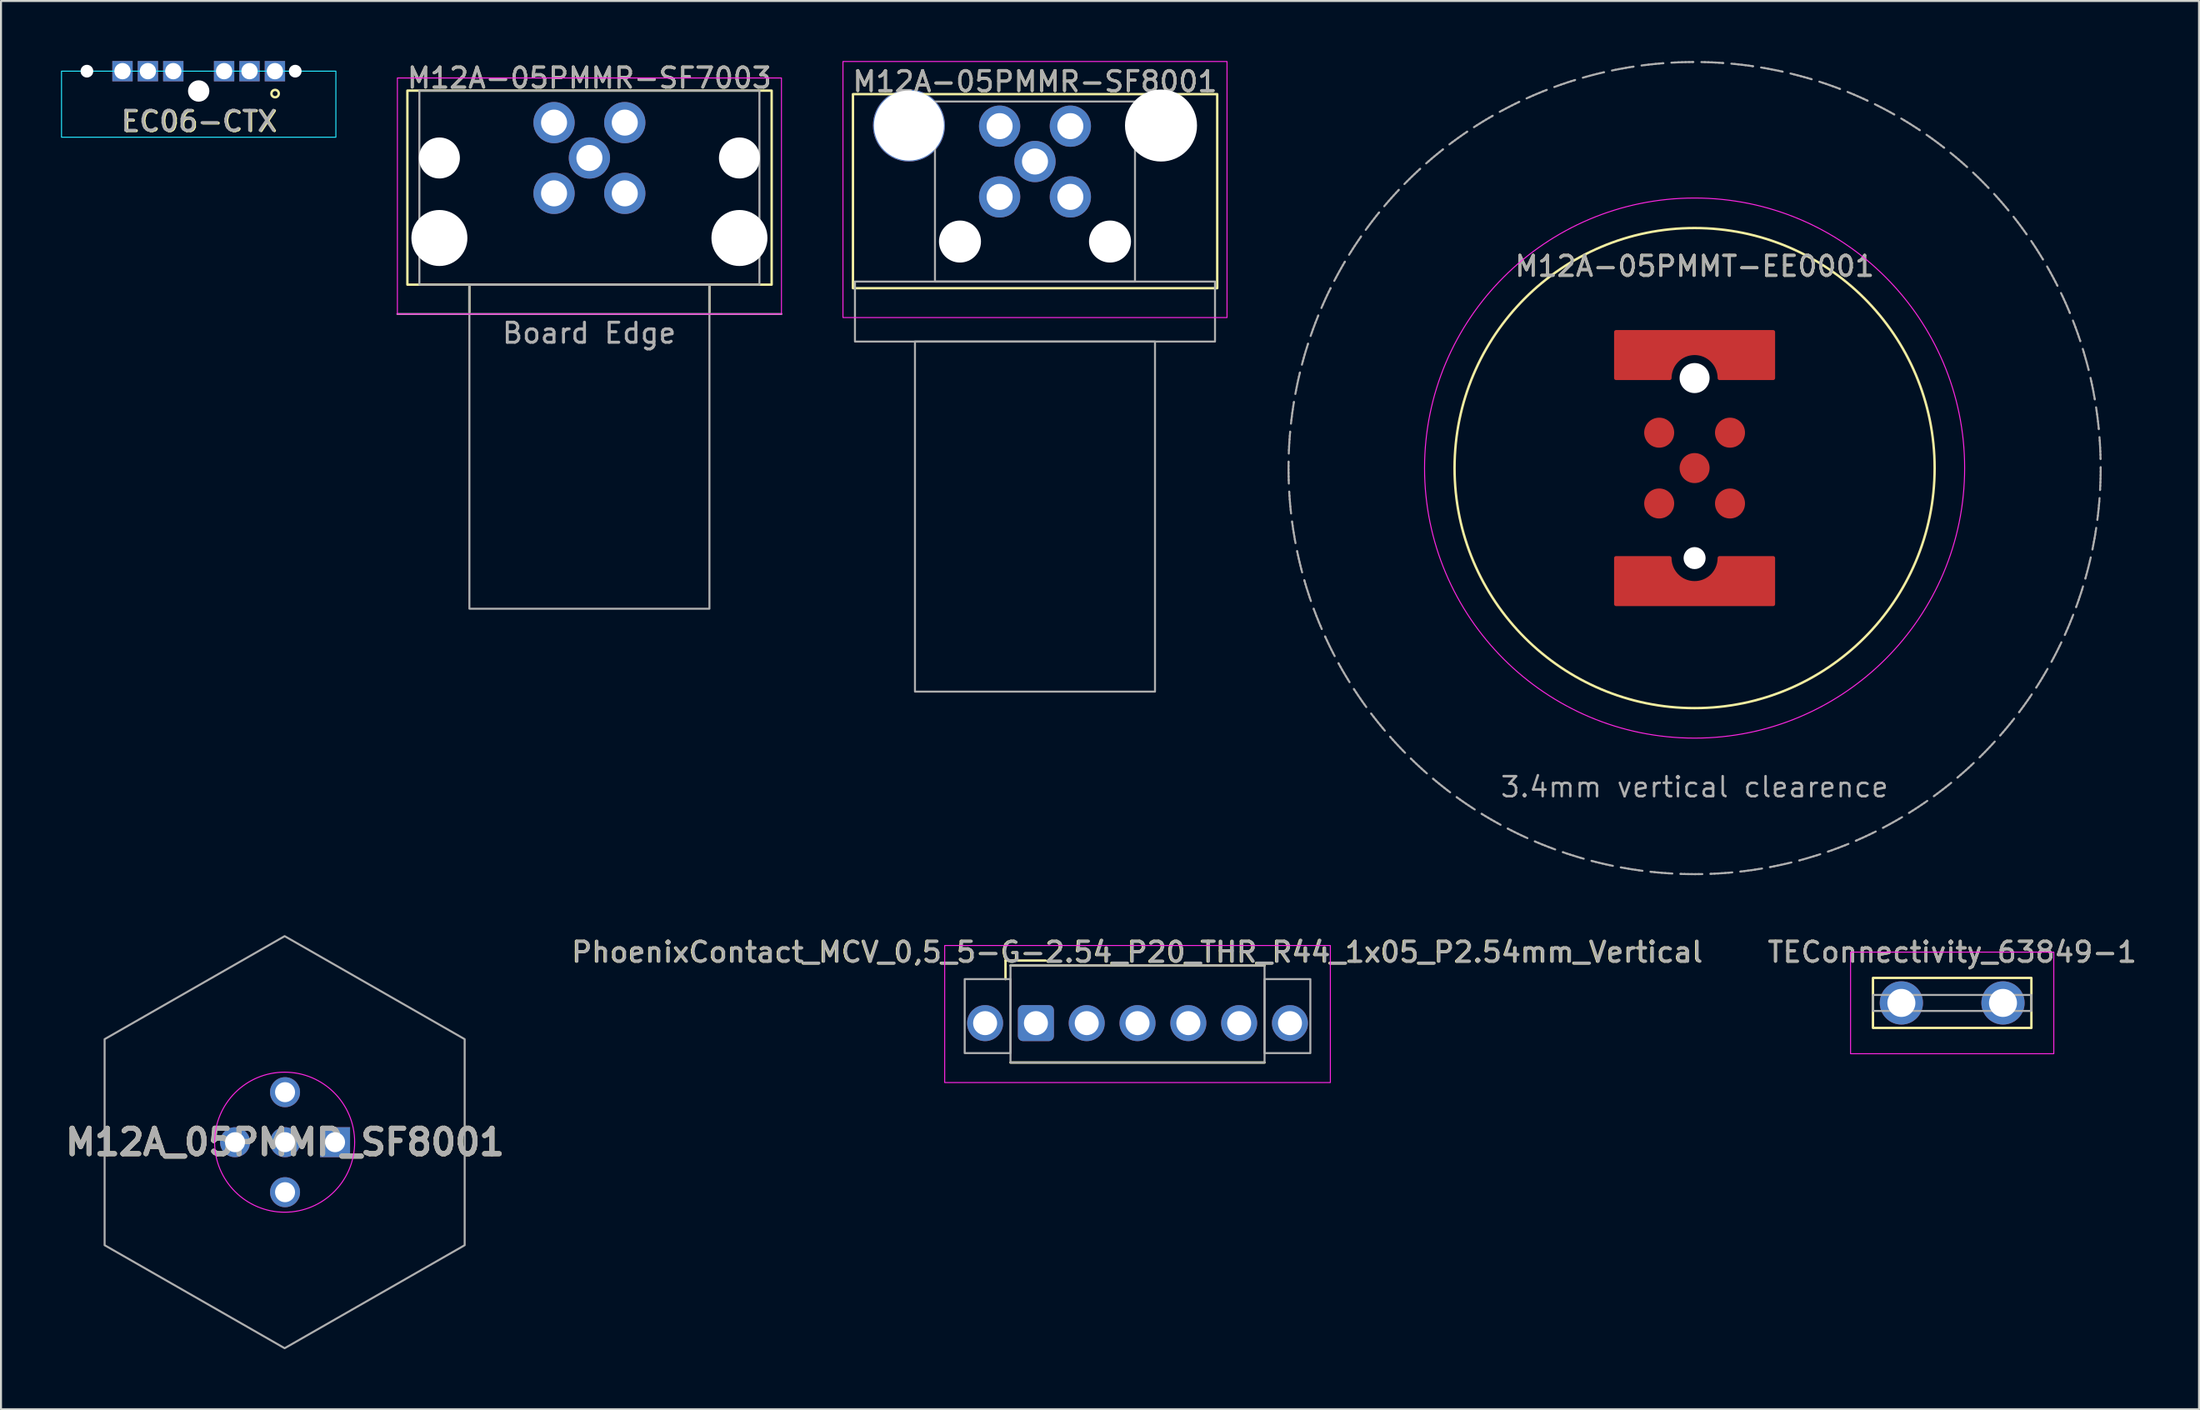
<source format=kicad_pcb>
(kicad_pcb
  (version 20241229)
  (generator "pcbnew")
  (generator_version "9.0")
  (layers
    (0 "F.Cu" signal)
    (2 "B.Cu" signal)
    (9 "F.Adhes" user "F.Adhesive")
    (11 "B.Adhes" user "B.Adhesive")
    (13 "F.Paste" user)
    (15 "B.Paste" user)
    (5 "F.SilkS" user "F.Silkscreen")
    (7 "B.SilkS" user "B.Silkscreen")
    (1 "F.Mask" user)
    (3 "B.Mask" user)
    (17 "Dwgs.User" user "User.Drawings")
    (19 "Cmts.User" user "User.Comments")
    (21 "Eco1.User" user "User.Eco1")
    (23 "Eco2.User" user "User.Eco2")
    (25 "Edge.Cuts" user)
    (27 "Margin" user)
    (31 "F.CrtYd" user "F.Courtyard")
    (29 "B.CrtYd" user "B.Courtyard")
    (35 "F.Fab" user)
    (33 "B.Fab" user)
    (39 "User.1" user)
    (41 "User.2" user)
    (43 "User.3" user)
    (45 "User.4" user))
  (footprint "EC06-CTX"
    (layer "F.Cu")
    (at 6.883 0.508)
    (property "Reference" "EC06-CTX" (at 0.05 2.52 0) (unlocked yes) (layer "F.SilkS") (effects (font (size 1 1) (thickness 0.15))))
    (attr through_hole)
    (fp_circle (center 3.82 1.12) (end 4 1.16) (stroke (width 0.12) (type default)) (fill no) (layer "F.SilkS"))
    (fp_rect (start -6.858 0) (end 6.858 3.302) (stroke (width 0.05) (type default)) (fill no) (layer "B.CrtYd"))
    (fp_text user "${REFERENCE}" (at 0 2.5 0) (unlocked yes) (layer "F.Fab") (effects (font (size 1 1) (thickness 0.15))))
    (pad "" np_thru_hole circle (at -5.588 0) (size 0.635 0.635) (drill 0.635) (layers "*.Cu" "*.Mask"))
    (pad "" np_thru_hole circle (at 0 0.991) (size 1.067 1.067) (drill 1.067) (layers "*.Cu" "*.Mask"))
    (pad "" np_thru_hole circle (at 4.826 0) (size 0.635 0.635) (drill 0.635) (layers "*.Cu" "*.Mask"))
    (pad "1" thru_hole rect (at 3.81 0) (size 1.016 1.016) (drill 0.813) (property pad_prop_castellated) (layers "*.Cu" "*.Mask"))
    (pad "2" thru_hole rect (at 2.54 0) (size 1.016 1.016) (drill 0.813) (property pad_prop_castellated) (layers "*.Cu" "*.Mask"))
    (pad "3" thru_hole rect (at 1.27 0) (size 1.016 1.016) (drill 0.813) (property pad_prop_castellated) (layers "*.Cu" "*.Mask"))
    (pad "4" thru_hole rect (at -1.27 0) (size 1.016 1.016) (drill 0.813) (property pad_prop_castellated) (layers "*.Cu" "*.Mask"))
    (pad "5" thru_hole rect (at -2.54 0) (size 1.016 1.016) (drill 0.813) (property pad_prop_castellated) (layers "*.Cu" "*.Mask"))
    (pad "6" thru_hole rect (at -3.81 0) (size 1.016 1.016) (drill 0.813) (property pad_prop_castellated) (layers "*.Cu" "*.Mask")))
  (footprint "PhoenixContact_MCV_0,5_5-G-2.54_P20_THR_R44_1x05_P2.54mm_Vertical"
    (layer "F.Cu")
    (at 48.737 48.098)
    (property "Reference" "PhoenixContact_MCV_0,5_5-G-2.54_P20_THR_R44_1x05_P2.54mm_Vertical" (at 5.05 -3.55 0) (layer "F.SilkS") (effects (font (size 1 1) (thickness 0.15))))
    (attr through_hole)
    (fp_line (start -1.52 -3.13) (end 0.48 -3.13) (stroke (width 0.12) (type solid)) (layer "F.SilkS"))
    (fp_line (start -1.52 -2.2) (end -1.52 -3.13) (stroke (width 0.12) (type solid)) (layer "F.SilkS"))
    (fp_line (start -1.27 1.97) (end 11.43 1.97) (stroke (width 0.12) (type solid)) (layer "F.SilkS"))
    (fp_line (start 11.43 -2.88) (end -1.27 -2.88) (stroke (width 0.12) (type solid)) (layer "F.SilkS"))
    (fp_rect (start -4.56 -3.88) (end 14.72 2.97) (stroke (width 0.05) (type default)) (fill no) (layer "F.CrtYd"))
    (fp_rect (start -3.56 -2.2) (end -1.27 1.5) (stroke (width 0.1) (type default)) (fill no) (layer "F.Fab"))
    (fp_rect (start -1.27 -2.88) (end 11.43 1.97) (stroke (width 0.1) (type default)) (fill no) (layer "F.Fab"))
    (fp_rect (start 11.43 -2.2) (end 13.72 1.5) (stroke (width 0.1) (type default)) (fill no) (layer "F.Fab"))
    (fp_text user "${REFERENCE}" (at 5.08 -3.55 0) (layer "F.Fab") (effects (font (size 1 1) (thickness 0.15))))
    (pad "" thru_hole circle (at -2.54 0) (size 1.8 1.8) (drill 1.2) (layers "*.Cu" "*.Mask"))
    (pad "" thru_hole circle (at 12.7 0) (size 1.8 1.8) (drill 1.2) (layers "*.Cu" "*.Mask"))
    (pad "1" thru_hole roundrect (at 0 0) (size 1.8 1.8) (drill 1.2) (layers "*.Cu" "*.Mask") (roundrect_rratio 0.139))
    (pad "2" thru_hole circle (at 2.54 0) (size 1.8 1.8) (drill 1.2) (layers "*.Cu" "*.Mask"))
    (pad "3" thru_hole circle (at 5.08 0) (size 1.8 1.8) (drill 1.2) (layers "*.Cu" "*.Mask"))
    (pad "4" thru_hole circle (at 7.62 0) (size 1.8 1.8) (drill 1.2) (layers "*.Cu" "*.Mask"))
    (pad "5" thru_hole circle (at 10.16 0) (size 1.8 1.8) (drill 1.2) (layers "*.Cu" "*.Mask")))
  (footprint "M12A-05PMMR-SF7003"
    (layer "F.Cu")
    (at 26.416 4.848)
    (property "Reference" "M12A-05PMMR-SF7003" (at 0 -4 0) (unlocked yes) (layer "F.SilkS") (effects (font (size 1 1) (thickness 0.15))))
    (attr through_hole)
    (fp_line (start -6 6.332) (end -6 7.7) (stroke (width 0.12) (type default)) (layer "F.SilkS"))
    (fp_line (start 6 6.332) (end 6 7.7) (stroke (width 0.12) (type default)) (layer "F.SilkS"))
    (fp_rect (start -9.1 -3.368) (end 9.11 6.332) (stroke (width 0.12) (type default)) (fill no) (layer "F.SilkS"))
    (fp_rect (start -9.6 -4) (end 9.6 7.8) (stroke (width 0.05) (type default)) (fill no) (layer "F.CrtYd"))
    (fp_line (start -9.6 7.8) (end 9.6 7.8) (stroke (width 0.1) (type default)) (layer "F.Fab"))
    (fp_rect (start -8.5 -3.368) (end 8.5 6.332) (stroke (width 0.1) (type default)) (fill no) (layer "F.Fab"))
    (fp_rect (start -6 6.332) (end 6 22.532) (stroke (width 0.1) (type default)) (fill no) (layer "F.Fab"))
    (fp_text user "${REFERENCE}" (at 0 -4 0) (unlocked yes) (layer "F.Fab") (effects (font (size 1 1) (thickness 0.15))))
    (fp_text user "Board Edge" (at -0.01 9.34 0) (unlocked yes) (layer "F.Fab") (effects (font (size 1 1) (thickness 0.15)) (justify bottom)))
    (pad "" np_thru_hole circle (at -7.5 0) (size 2.05 2.05) (drill 2.05) (layers "*.Cu" "*.Mask"))
    (pad "" np_thru_hole circle (at -7.5 4) (size 2.8 2.8) (drill 2.8) (layers "*.Cu" "*.Mask"))
    (pad "" np_thru_hole circle (at 7.5 0) (size 2.05 2.05) (drill 2.05) (layers "*.Cu" "*.Mask"))
    (pad "" np_thru_hole circle (at 7.5 4) (size 2.8 2.8) (drill 2.8) (layers "*.Cu" "*.Mask"))
    (pad "1" thru_hole circle (at 1.768 -1.768 45) (size 2.062 2.062) (drill 1.3) (layers "*.Cu" "*.Mask"))
    (pad "2" thru_hole circle (at -1.768 -1.768 45) (size 2.062 2.062) (drill 1.3) (layers "*.Cu" "*.Mask"))
    (pad "3" thru_hole circle (at -1.768 1.768 45) (size 2.062 2.062) (drill 1.3) (layers "*.Cu" "*.Mask"))
    (pad "4" thru_hole circle (at 1.768 1.768 45) (size 2.062 2.062) (drill 1.3) (layers "*.Cu" "*.Mask"))
    (pad "5" thru_hole circle (at 0 0 45) (size 2.062 2.062) (drill 1.3) (layers "*.Cu" "*.Mask")))
  (footprint "M12A_05PMMP_SF8001"
    (layer "F.Cu")
    (at 11.18 54.05)
    (property "Reference" "M12A_05PMMP_SF8001" (at 0.02 0 0) (layer "F.SilkS") (effects (font (size 1.27 1.27) (thickness 0.254))))
    (attr through_hole)
    (fp_line (start -10.28 0) (end -10.28 0) (stroke (width 0.1) (type solid)) (layer "F.SilkS"))
    (fp_line (start 10.32 0) (end 10.32 0) (stroke (width 0.1) (type solid)) (layer "F.SilkS"))
    (fp_circle (center 0 0) (end 3.5 0) (stroke (width 0.05) (type solid)) (fill no) (layer "F.CrtYd"))
    (fp_line (start -10.28 0) (end -10.28 0) (stroke (width 0.2) (type solid)) (layer "F.Fab"))
    (fp_line (start 10.32 0) (end 10.32 0) (stroke (width 0.2) (type solid)) (layer "F.Fab"))
    (fp_poly (pts (xy 0 -10.3) (xy 9 -5.15) (xy 9 5.15) (xy 0 10.3) (xy -9 5.15) (xy -9 -5.15)) (stroke (width 0.1) (type solid)) (fill no) (layer "F.Fab"))
    (fp_text user "${REFERENCE}" (at 0.02 0 0) (layer "F.Fab") (effects (font (size 1.27 1.27) (thickness 0.254))))
    (pad "1" thru_hole rect (at 2.52 0) (size 1.5 1.5) (drill 1) (layers "*.Cu" "*.Mask"))
    (pad "2" thru_hole circle (at 0.02 -2.5) (size 1.5 1.5) (drill 1) (layers "*.Cu" "*.Mask"))
    (pad "3" thru_hole circle (at -2.48 0) (size 1.5 1.5) (drill 1) (layers "*.Cu" "*.Mask"))
    (pad "4" thru_hole circle (at 0.02 2.5) (size 1.5 1.5) (drill 1) (layers "*.Cu" "*.Mask"))
    (pad "5" thru_hole circle (at 0.02 0) (size 1.5 1.5) (drill 1) (layers "*.Cu" "*.Mask")))
  (footprint "M12A-05PMMR-SF8001"
    (layer "F.Cu")
    (at 48.691 5.025)
    (property "Reference" "M12A-05PMMR-SF8001" (at 0 -4 0) (unlocked yes) (layer "F.SilkS") (effects (font (size 1 1) (thickness 0.15))))
    (attr through_hole)
    (fp_rect (start -9.1 -3.368) (end 9.11 6.332) (stroke (width 0.12) (type default)) (fill no) (layer "F.SilkS"))
    (fp_rect (start -9.6 -5) (end 9.6 7.8) (stroke (width 0.05) (type default)) (fill no) (layer "F.CrtYd"))
    (fp_rect (start -9 6) (end 9 9) (stroke (width 0.1) (type default)) (fill no) (layer "F.Fab"))
    (fp_rect (start -6 9) (end 6 26.5) (stroke (width 0.1) (type default)) (fill no) (layer "F.Fab"))
    (fp_rect (start -5 -3) (end 5 6) (stroke (width 0.1) (type default)) (fill no) (layer "F.Fab"))
    (fp_text user "${REFERENCE}" (at 0 -4 0) (unlocked yes) (layer "F.Fab") (effects (font (size 1 1) (thickness 0.15))))
    (pad "" np_thru_hole circle (at -6.3 -1.8) (size 3.6 3.6) (drill 3.5) (layers "*.Cu" "*.Mask"))
    (pad "" np_thru_hole circle (at -3.75 4) (size 2.1 2.1) (drill 2.1) (layers "*.Cu" "*.Mask"))
    (pad "" np_thru_hole circle (at 3.75 4) (size 2.1 2.1) (drill 2.1) (layers "*.Cu" "*.Mask"))
    (pad "" np_thru_hole circle (at 6.3 -1.8) (size 3.6 3.6) (drill 3.6) (layers "*.Cu" "*.Mask"))
    (pad "1" thru_hole circle (at 1.768 -1.768 45) (size 2.062 2.062) (drill 1.3) (layers "*.Cu" "*.Mask"))
    (pad "2" thru_hole circle (at -1.768 -1.768 45) (size 2.062 2.062) (drill 1.3) (layers "*.Cu" "*.Mask"))
    (pad "3" thru_hole circle (at -1.768 1.768 45) (size 2.062 2.062) (drill 1.3) (layers "*.Cu" "*.Mask"))
    (pad "4" thru_hole circle (at 1.768 1.768 45) (size 2.062 2.062) (drill 1.3) (layers "*.Cu" "*.Mask"))
    (pad "5" thru_hole circle (at 0 0 45) (size 2.062 2.062) (drill 1.3) (layers "*.Cu" "*.Mask")))
  (footprint "TEConnectivity_63849-1"
    (layer "F.Cu")
    (at 94.543 47.088)
    (property "Reference" "TEConnectivity_63849-1" (at 0 -2.54 0) (unlocked yes) (layer "F.SilkS") (effects (font (size 1 1) (thickness 0.15))))
    (attr through_hole)
    (fp_rect (start -3.96 -1.25) (end 3.96 1.25) (stroke (width 0.12) (type default)) (fill no) (layer "F.SilkS"))
    (fp_rect (start -5.08 -2.54) (end 5.08 2.54) (stroke (width 0.05) (type default)) (fill no) (layer "F.CrtYd"))
    (fp_rect (start -3.96 -0.4) (end 3.96 0.4) (stroke (width 0.1) (type default)) (fill no) (layer "F.Fab"))
    (fp_text user "${REFERENCE}" (at 0 -2.54 0) (unlocked yes) (layer "F.Fab") (effects (font (size 1 1) (thickness 0.15))))
    (pad "1" thru_hole circle (at -2.54 0) (size 2.162 2.162) (drill 1.4) (layers "*.Cu" "*.Mask"))
    (pad "1" thru_hole circle (at 2.54 0) (size 2.162 2.162) (drill 1.4) (layers "*.Cu" "*.Mask")))
  (footprint "M12A-05PMMT-EE0001"
    (layer "F.Cu")
    (at 81.666 20.35)
    (property "Reference" "M12A-05PMMT-EE0001" (at 0 -10.09 0) (unlocked yes) (layer "F.SilkS") (effects (font (size 1 1) (thickness 0.15))))
    (attr through_hole)
    (fp_poly (pts (xy -3.925 -6.8) (xy 3.925 -6.8) (xy 3.925 -4.5) (arc (start 1.25 -4.5) (mid 0 -5.75) (end -1.25 -4.5)) (xy -3.925 -4.5)) (stroke (width 0.2) (type solid)) (fill yes) (layer "F.Cu"))
    (fp_poly (pts (xy -3.925 6.8) (xy -3.925 4.5) (arc (start -1.25 4.5) (mid 0 5.75) (end 1.25 4.5)) (xy 3.925 4.5) (xy 3.925 6.8)) (stroke (width 0.2) (type solid)) (fill yes) (layer "F.Cu"))
    (fp_circle (center 0 0) (end 12 0) (stroke (width 0.12) (type default)) (fill no) (layer "F.SilkS"))
    (fp_circle (center 0 0) (end 13.5 0) (stroke (width 0.05) (type default)) (fill no) (layer "F.CrtYd"))
    (fp_circle (center 0 0) (end 20.3 0) (stroke (width 0.1) (type dash)) (fill no) (layer "F.Fab"))
    (fp_text user "${REFERENCE}" (at 0 -10.09 0) (unlocked yes) (layer "F.Fab") (effects (font (size 1 1) (thickness 0.15))))
    (fp_text user "3.4mm vertical clearence" (at 0 16.53 0) (unlocked yes) (layer "F.Fab") (effects (font (size 1 1) (thickness 0.125)) (justify bottom)))
    (pad "" np_thru_hole circle (at 0 -4.5) (size 1.5 1.5) (drill 1.5) (layers "*.Cu" "*.Mask"))
    (pad "" np_thru_hole circle (at 0 4.5) (size 1.1 1.1) (drill 1.1) (layers "*.Cu" "*.Mask"))
    (pad "1" smd circle (at 1.77 -1.77 45) (size 1.5 1.5) (layers "F.Cu" "F.Mask" "F.Paste"))
    (pad "2" smd circle (at -1.77 -1.77 45) (size 1.5 1.5) (layers "F.Cu" "F.Mask" "F.Paste"))
    (pad "3" smd circle (at -1.77 1.77 45) (size 1.5 1.5) (layers "F.Cu" "F.Mask" "F.Paste"))
    (pad "4" smd circle (at 1.77 1.77 45) (size 1.5 1.5) (layers "F.Cu" "F.Mask" "F.Paste"))
    (pad "5" smd circle (at 0 0 45) (size 1.5 1.5) (layers "F.Cu" "F.Mask" "F.Paste")))
  (gr_rect
    (start -3 -3)
    (end 106.883 67.4)
    (stroke (width 0.1) (type default))
    (fill no)
    (layer "Edge.Cuts")))
</source>
